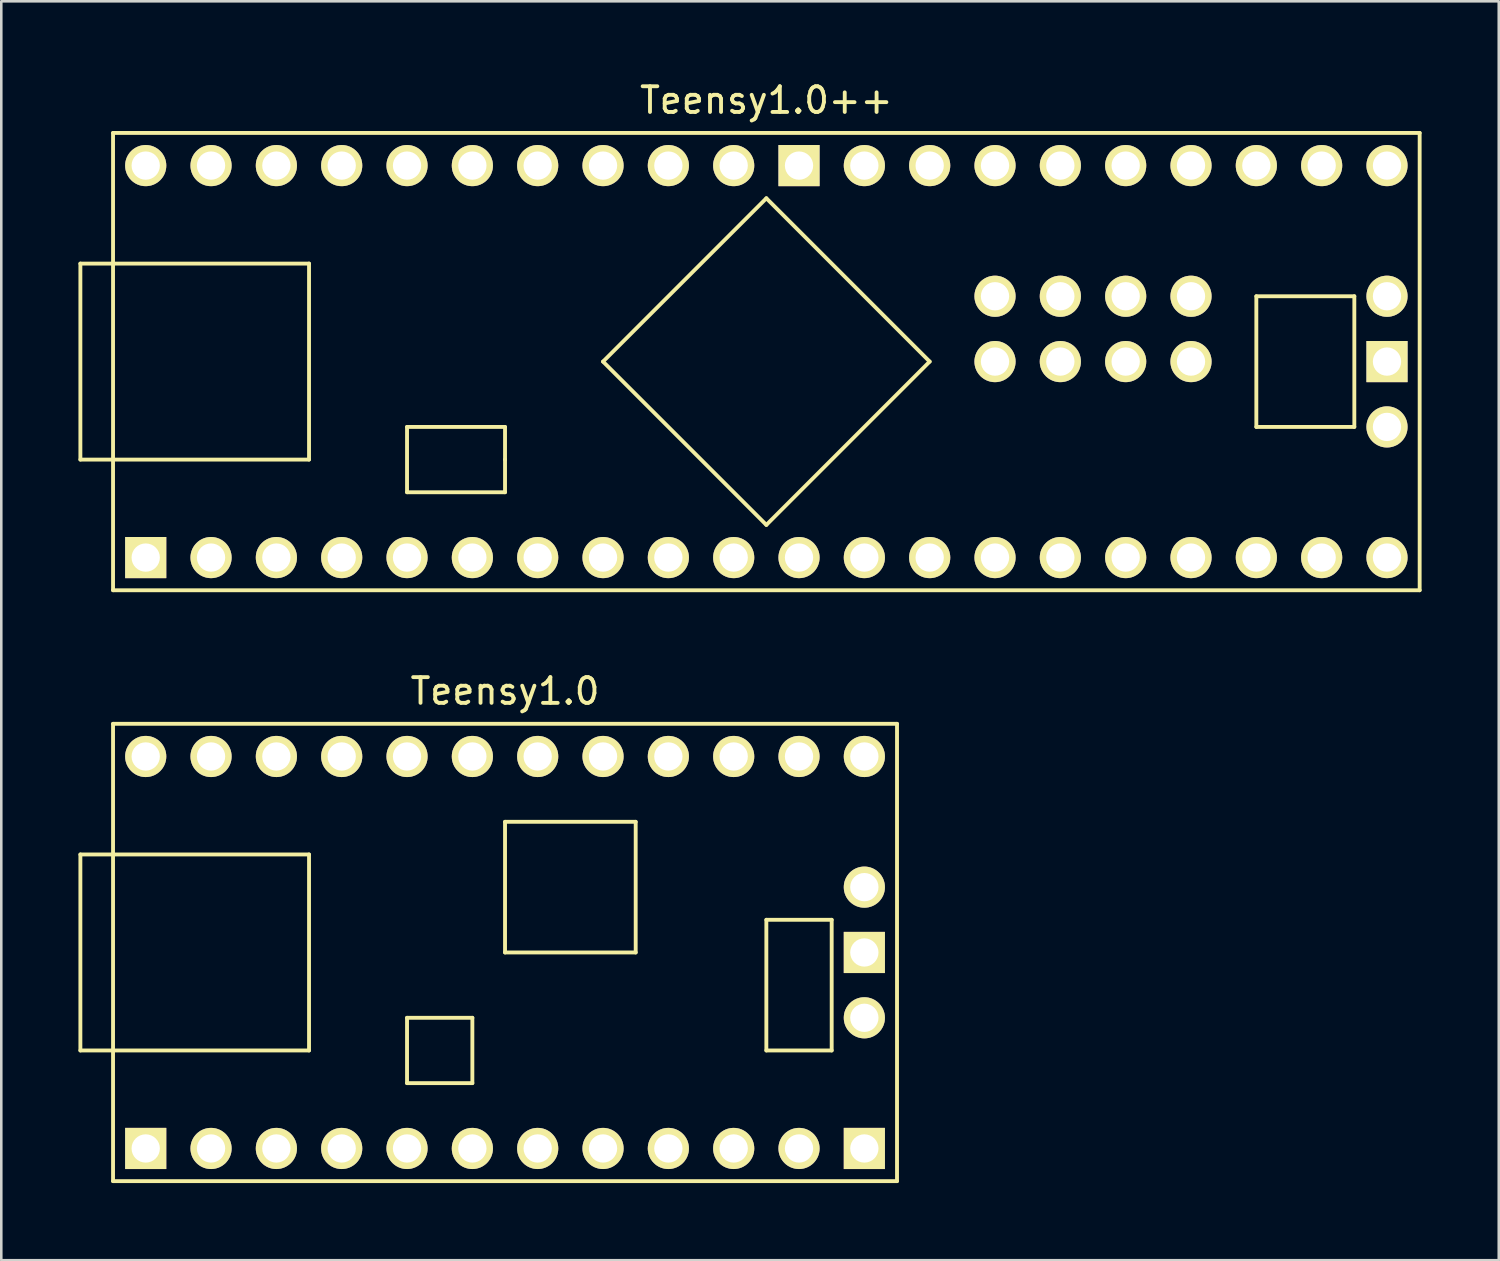
<source format=kicad_pcb>
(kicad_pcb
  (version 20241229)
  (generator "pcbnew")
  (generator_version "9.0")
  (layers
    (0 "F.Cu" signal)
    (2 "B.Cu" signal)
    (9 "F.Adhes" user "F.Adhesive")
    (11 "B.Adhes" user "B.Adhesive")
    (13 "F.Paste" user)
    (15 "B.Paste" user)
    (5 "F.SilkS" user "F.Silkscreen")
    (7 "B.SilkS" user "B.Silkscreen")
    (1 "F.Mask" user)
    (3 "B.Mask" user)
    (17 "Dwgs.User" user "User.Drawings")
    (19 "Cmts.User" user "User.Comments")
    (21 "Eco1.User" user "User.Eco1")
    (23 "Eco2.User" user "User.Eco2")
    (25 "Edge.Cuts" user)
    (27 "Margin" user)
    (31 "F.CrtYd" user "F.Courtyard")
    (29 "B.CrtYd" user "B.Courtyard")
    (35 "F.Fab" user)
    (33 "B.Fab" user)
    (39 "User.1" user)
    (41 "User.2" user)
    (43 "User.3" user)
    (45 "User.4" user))
  (footprint "Teensy1.0++"
    (layer "F.Cu")
    (at 26.745 11.008)
    (property "Reference" "Teensy1.0++" (at 0 -10.16 0) (layer "F.SilkS") (effects (font (size 1 1) (thickness 0.15))))
    (attr through_hole)
    (fp_line (start -26.67 -3.81) (end -26.67 3.81) (stroke (width 0.15) (type solid)) (layer "F.SilkS"))
    (fp_line (start -25.4 -8.89) (end 25.4 -8.89) (stroke (width 0.15) (type solid)) (layer "F.SilkS"))
    (fp_line (start -25.4 8.89) (end -25.4 -8.89) (stroke (width 0.15) (type solid)) (layer "F.SilkS"))
    (fp_line (start -17.78 -3.81) (end -26.67 -3.81) (stroke (width 0.15) (type solid)) (layer "F.SilkS"))
    (fp_line (start -17.78 3.81) (end -26.67 3.81) (stroke (width 0.15) (type solid)) (layer "F.SilkS"))
    (fp_line (start -17.78 3.81) (end -17.78 -3.81) (stroke (width 0.15) (type solid)) (layer "F.SilkS"))
    (fp_line (start -13.97 2.54) (end -13.97 5.08) (stroke (width 0.15) (type solid)) (layer "F.SilkS"))
    (fp_line (start -13.97 5.08) (end -10.16 5.08) (stroke (width 0.15) (type solid)) (layer "F.SilkS"))
    (fp_line (start -10.16 2.54) (end -13.97 2.54) (stroke (width 0.15) (type solid)) (layer "F.SilkS"))
    (fp_line (start -10.16 3.81) (end -10.16 2.54) (stroke (width 0.15) (type solid)) (layer "F.SilkS"))
    (fp_line (start -10.16 5.08) (end -10.16 3.81) (stroke (width 0.15) (type solid)) (layer "F.SilkS"))
    (fp_line (start -6.35 0) (end 0 -6.35) (stroke (width 0.15) (type solid)) (layer "F.SilkS"))
    (fp_line (start 0 -6.35) (end 6.35 0) (stroke (width 0.15) (type solid)) (layer "F.SilkS"))
    (fp_line (start 0 6.35) (end -6.35 0) (stroke (width 0.15) (type solid)) (layer "F.SilkS"))
    (fp_line (start 6.35 0) (end 0 6.35) (stroke (width 0.15) (type solid)) (layer "F.SilkS"))
    (fp_line (start 19.05 -2.54) (end 22.86 -2.54) (stroke (width 0.15) (type solid)) (layer "F.SilkS"))
    (fp_line (start 19.05 2.54) (end 19.05 -2.54) (stroke (width 0.15) (type solid)) (layer "F.SilkS"))
    (fp_line (start 22.86 -2.54) (end 22.86 2.54) (stroke (width 0.15) (type solid)) (layer "F.SilkS"))
    (fp_line (start 22.86 2.54) (end 19.05 2.54) (stroke (width 0.15) (type solid)) (layer "F.SilkS"))
    (fp_line (start 25.4 -8.89) (end 25.4 8.89) (stroke (width 0.15) (type solid)) (layer "F.SilkS"))
    (fp_line (start 25.4 8.89) (end -25.4 8.89) (stroke (width 0.15) (type solid)) (layer "F.SilkS"))
    (pad "1" thru_hole rect (at -24.13 7.62) (size 1.6 1.6) (drill 1.1) (layers "*.Cu" "*.Mask" "F.SilkS"))
    (pad "2" thru_hole circle (at -21.59 7.62) (size 1.6 1.6) (drill 1.1) (layers "*.Cu" "*.Mask" "F.SilkS"))
    (pad "3" thru_hole circle (at -19.05 7.62) (size 1.6 1.6) (drill 1.1) (layers "*.Cu" "*.Mask" "F.SilkS"))
    (pad "4" thru_hole circle (at -16.51 7.62) (size 1.6 1.6) (drill 1.1) (layers "*.Cu" "*.Mask" "F.SilkS"))
    (pad "5" thru_hole circle (at -13.97 7.62) (size 1.6 1.6) (drill 1.1) (layers "*.Cu" "*.Mask" "F.SilkS"))
    (pad "6" thru_hole circle (at -11.43 7.62) (size 1.6 1.6) (drill 1.1) (layers "*.Cu" "*.Mask" "F.SilkS"))
    (pad "7" thru_hole circle (at -8.89 7.62) (size 1.6 1.6) (drill 1.1) (layers "*.Cu" "*.Mask" "F.SilkS"))
    (pad "8" thru_hole circle (at -6.35 7.62) (size 1.6 1.6) (drill 1.1) (layers "*.Cu" "*.Mask" "F.SilkS"))
    (pad "9" thru_hole circle (at -3.81 7.62) (size 1.6 1.6) (drill 1.1) (layers "*.Cu" "*.Mask" "F.SilkS"))
    (pad "10" thru_hole circle (at -1.27 7.62) (size 1.6 1.6) (drill 1.1) (layers "*.Cu" "*.Mask" "F.SilkS"))
    (pad "11" thru_hole circle (at 1.27 7.62) (size 1.6 1.6) (drill 1.1) (layers "*.Cu" "*.Mask" "F.SilkS"))
    (pad "12" thru_hole circle (at 3.81 7.62) (size 1.6 1.6) (drill 1.1) (layers "*.Cu" "*.Mask" "F.SilkS"))
    (pad "14" thru_hole circle (at 8.89 7.62) (size 1.6 1.6) (drill 1.1) (layers "*.Cu" "*.Mask" "F.SilkS"))
    (pad "15" thru_hole circle (at 11.43 7.62) (size 1.6 1.6) (drill 1.1) (layers "*.Cu" "*.Mask" "F.SilkS"))
    (pad "16" thru_hole circle (at 13.97 7.62) (size 1.6 1.6) (drill 1.1) (layers "*.Cu" "*.Mask" "F.SilkS"))
    (pad "17" thru_hole circle (at 16.51 7.62) (size 1.6 1.6) (drill 1.1) (layers "*.Cu" "*.Mask" "F.SilkS"))
    (pad "18" thru_hole circle (at 19.05 7.62) (size 1.6 1.6) (drill 1.1) (layers "*.Cu" "*.Mask" "F.SilkS"))
    (pad "19" thru_hole circle (at 6.35 7.62) (size 1.6 1.6) (drill 1.1) (layers "*.Cu" "*.Mask" "F.SilkS"))
    (pad "19" thru_hole circle (at 21.59 7.62) (size 1.6 1.6) (drill 1.1) (layers "*.Cu" "*.Mask" "F.SilkS"))
    (pad "20" thru_hole circle (at 24.13 7.62) (size 1.6 1.6) (drill 1.1) (layers "*.Cu" "*.Mask" "F.SilkS"))
    (pad "21" thru_hole circle (at 24.13 2.54) (size 1.6 1.6) (drill 1.1) (layers "*.Cu" "*.Mask" "F.SilkS"))
    (pad "22" thru_hole rect (at 24.13 0) (size 1.6 1.6) (drill 1.1) (layers "*.Cu" "*.Mask" "F.SilkS"))
    (pad "23" thru_hole circle (at 24.13 -2.54) (size 1.6 1.6) (drill 1.1) (layers "*.Cu" "*.Mask" "F.SilkS"))
    (pad "24" thru_hole circle (at 24.13 -7.62) (size 1.6 1.6) (drill 1.1) (layers "*.Cu" "*.Mask" "F.SilkS"))
    (pad "25" thru_hole circle (at 21.59 -7.62) (size 1.6 1.6) (drill 1.1) (layers "*.Cu" "*.Mask" "F.SilkS"))
    (pad "26" thru_hole circle (at 19.05 -7.62) (size 1.6 1.6) (drill 1.1) (layers "*.Cu" "*.Mask" "F.SilkS"))
    (pad "27" thru_hole circle (at 16.51 -7.62) (size 1.6 1.6) (drill 1.1) (layers "*.Cu" "*.Mask" "F.SilkS"))
    (pad "28" thru_hole circle (at 13.97 -7.62) (size 1.6 1.6) (drill 1.1) (layers "*.Cu" "*.Mask" "F.SilkS"))
    (pad "29" thru_hole circle (at 11.43 -7.62) (size 1.6 1.6) (drill 1.1) (layers "*.Cu" "*.Mask" "F.SilkS"))
    (pad "30" thru_hole circle (at 8.89 -7.62) (size 1.6 1.6) (drill 1.1) (layers "*.Cu" "*.Mask" "F.SilkS"))
    (pad "31" thru_hole circle (at 6.35 -7.62) (size 1.6 1.6) (drill 1.1) (layers "*.Cu" "*.Mask" "F.SilkS"))
    (pad "32" thru_hole circle (at 3.81 -7.62) (size 1.6 1.6) (drill 1.1) (layers "*.Cu" "*.Mask" "F.SilkS"))
    (pad "33" thru_hole rect (at 1.27 -7.62) (size 1.6 1.6) (drill 1.1) (layers "*.Cu" "*.Mask" "F.SilkS"))
    (pad "34" thru_hole circle (at -1.27 -7.62) (size 1.6 1.6) (drill 1.1) (layers "*.Cu" "*.Mask" "F.SilkS"))
    (pad "35" thru_hole circle (at -3.81 -7.62) (size 1.6 1.6) (drill 1.1) (layers "*.Cu" "*.Mask" "F.SilkS"))
    (pad "36" thru_hole circle (at -6.35 -7.62) (size 1.6 1.6) (drill 1.1) (layers "*.Cu" "*.Mask" "F.SilkS"))
    (pad "37" thru_hole circle (at -8.89 -7.62) (size 1.6 1.6) (drill 1.1) (layers "*.Cu" "*.Mask" "F.SilkS"))
    (pad "38" thru_hole circle (at -11.43 -7.62) (size 1.6 1.6) (drill 1.1) (layers "*.Cu" "*.Mask" "F.SilkS"))
    (pad "39" thru_hole circle (at -13.97 -7.62) (size 1.6 1.6) (drill 1.1) (layers "*.Cu" "*.Mask" "F.SilkS"))
    (pad "40" thru_hole circle (at -16.51 -7.62) (size 1.6 1.6) (drill 1.1) (layers "*.Cu" "*.Mask" "F.SilkS"))
    (pad "41" thru_hole circle (at -19.05 -7.62) (size 1.6 1.6) (drill 1.1) (layers "*.Cu" "*.Mask" "F.SilkS"))
    (pad "42" thru_hole circle (at -21.59 -7.62) (size 1.6 1.6) (drill 1.1) (layers "*.Cu" "*.Mask" "F.SilkS"))
    (pad "43" thru_hole circle (at -24.13 -7.62) (size 1.6 1.6) (drill 1.1) (layers "*.Cu" "*.Mask" "F.SilkS"))
    (pad "44" thru_hole circle (at 8.89 -2.54) (size 1.6 1.6) (drill 1.1) (layers "*.Cu" "*.Mask" "F.SilkS"))
    (pad "45" thru_hole circle (at 11.43 -2.54) (size 1.6 1.6) (drill 1.1) (layers "*.Cu" "*.Mask" "F.SilkS"))
    (pad "46" thru_hole circle (at 13.97 -2.54) (size 1.6 1.6) (drill 1.1) (layers "*.Cu" "*.Mask" "F.SilkS"))
    (pad "47" thru_hole circle (at 16.51 -2.54) (size 1.6 1.6) (drill 1.1) (layers "*.Cu" "*.Mask" "F.SilkS"))
    (pad "48" thru_hole circle (at 8.89 0) (size 1.6 1.6) (drill 1.1) (layers "*.Cu" "*.Mask" "F.SilkS"))
    (pad "49" thru_hole circle (at 11.43 0) (size 1.6 1.6) (drill 1.1) (layers "*.Cu" "*.Mask" "F.SilkS"))
    (pad "50" thru_hole circle (at 13.97 0) (size 1.6 1.6) (drill 1.1) (layers "*.Cu" "*.Mask" "F.SilkS"))
    (pad "51" thru_hole circle (at 16.51 0) (size 1.6 1.6) (drill 1.1) (layers "*.Cu" "*.Mask" "F.SilkS")))
  (footprint "Teensy1.0"
    (layer "F.Cu")
    (at 16.585 33.981)
    (property "Reference" "Teensy1.0" (at 0 -10.16 0) (layer "F.SilkS") (effects (font (size 1 1) (thickness 0.15))))
    (attr through_hole)
    (fp_line (start -16.51 -3.81) (end -7.62 -3.81) (stroke (width 0.15) (type solid)) (layer "F.SilkS"))
    (fp_line (start -16.51 3.81) (end -16.51 -3.81) (stroke (width 0.15) (type solid)) (layer "F.SilkS"))
    (fp_line (start -15.24 -8.89) (end 15.24 -8.89) (stroke (width 0.15) (type solid)) (layer "F.SilkS"))
    (fp_line (start -15.24 8.89) (end -15.24 -8.89) (stroke (width 0.15) (type solid)) (layer "F.SilkS"))
    (fp_line (start -7.62 -3.81) (end -7.62 3.81) (stroke (width 0.15) (type solid)) (layer "F.SilkS"))
    (fp_line (start -7.62 3.81) (end -16.51 3.81) (stroke (width 0.15) (type solid)) (layer "F.SilkS"))
    (fp_line (start -3.81 2.54) (end -3.81 5.08) (stroke (width 0.15) (type solid)) (layer "F.SilkS"))
    (fp_line (start -3.81 5.08) (end -1.27 5.08) (stroke (width 0.15) (type solid)) (layer "F.SilkS"))
    (fp_line (start -1.27 2.54) (end -3.81 2.54) (stroke (width 0.15) (type solid)) (layer "F.SilkS"))
    (fp_line (start -1.27 5.08) (end -1.27 2.54) (stroke (width 0.15) (type solid)) (layer "F.SilkS"))
    (fp_line (start 0 -5.08) (end 0 0) (stroke (width 0.15) (type solid)) (layer "F.SilkS"))
    (fp_line (start 0 0) (end 5.08 0) (stroke (width 0.15) (type solid)) (layer "F.SilkS"))
    (fp_line (start 5.08 -5.08) (end 0 -5.08) (stroke (width 0.15) (type solid)) (layer "F.SilkS"))
    (fp_line (start 5.08 0) (end 5.08 -5.08) (stroke (width 0.15) (type solid)) (layer "F.SilkS"))
    (fp_line (start 10.16 -1.27) (end 10.16 3.81) (stroke (width 0.15) (type solid)) (layer "F.SilkS"))
    (fp_line (start 10.16 3.81) (end 12.7 3.81) (stroke (width 0.15) (type solid)) (layer "F.SilkS"))
    (fp_line (start 12.7 -1.27) (end 10.16 -1.27) (stroke (width 0.15) (type solid)) (layer "F.SilkS"))
    (fp_line (start 12.7 3.81) (end 12.7 -1.27) (stroke (width 0.15) (type solid)) (layer "F.SilkS"))
    (fp_line (start 15.24 -8.89) (end 15.24 8.89) (stroke (width 0.15) (type solid)) (layer "F.SilkS"))
    (fp_line (start 15.24 8.89) (end -15.24 8.89) (stroke (width 0.15) (type solid)) (layer "F.SilkS"))
    (pad "1" thru_hole rect (at -13.97 7.62) (size 1.6 1.6) (drill 1.1) (layers "*.Cu" "*.Mask" "F.SilkS"))
    (pad "2" thru_hole circle (at -11.43 7.62) (size 1.6 1.6) (drill 1.1) (layers "*.Cu" "*.Mask" "F.SilkS"))
    (pad "3" thru_hole circle (at -8.89 7.62) (size 1.6 1.6) (drill 1.1) (layers "*.Cu" "*.Mask" "F.SilkS"))
    (pad "4" thru_hole circle (at -6.35 7.62) (size 1.6 1.6) (drill 1.1) (layers "*.Cu" "*.Mask" "F.SilkS"))
    (pad "5" thru_hole circle (at -3.81 7.62) (size 1.6 1.6) (drill 1.1) (layers "*.Cu" "*.Mask" "F.SilkS"))
    (pad "6" thru_hole circle (at -1.27 7.62) (size 1.6 1.6) (drill 1.1) (layers "*.Cu" "*.Mask" "F.SilkS"))
    (pad "7" thru_hole circle (at 1.27 7.62) (size 1.6 1.6) (drill 1.1) (layers "*.Cu" "*.Mask" "F.SilkS"))
    (pad "8" thru_hole circle (at 3.81 7.62) (size 1.6 1.6) (drill 1.1) (layers "*.Cu" "*.Mask" "F.SilkS"))
    (pad "9" thru_hole circle (at 6.35 7.62) (size 1.6 1.6) (drill 1.1) (layers "*.Cu" "*.Mask" "F.SilkS"))
    (pad "10" thru_hole circle (at 8.89 7.62) (size 1.6 1.6) (drill 1.1) (layers "*.Cu" "*.Mask" "F.SilkS"))
    (pad "11" thru_hole circle (at 11.43 7.62) (size 1.6 1.6) (drill 1.1) (layers "*.Cu" "*.Mask" "F.SilkS"))
    (pad "12" thru_hole rect (at 13.97 7.62) (size 1.6 1.6) (drill 1.1) (layers "*.Cu" "*.Mask" "F.SilkS"))
    (pad "13" thru_hole circle (at 13.97 2.54) (size 1.6 1.6) (drill 1.1) (layers "*.Cu" "*.Mask" "F.SilkS"))
    (pad "14" thru_hole rect (at 13.97 0) (size 1.6 1.6) (drill 1.1) (layers "*.Cu" "*.Mask" "F.SilkS"))
    (pad "15" thru_hole circle (at 13.97 -2.54) (size 1.6 1.6) (drill 1.1) (layers "*.Cu" "*.Mask" "F.SilkS"))
    (pad "16" thru_hole circle (at 13.97 -7.62) (size 1.6 1.6) (drill 1.1) (layers "*.Cu" "*.Mask" "F.SilkS"))
    (pad "17" thru_hole circle (at 11.43 -7.62) (size 1.6 1.6) (drill 1.1) (layers "*.Cu" "*.Mask" "F.SilkS"))
    (pad "18" thru_hole circle (at 8.89 -7.62) (size 1.6 1.6) (drill 1.1) (layers "*.Cu" "*.Mask" "F.SilkS"))
    (pad "19" thru_hole circle (at 6.35 -7.62) (size 1.6 1.6) (drill 1.1) (layers "*.Cu" "*.Mask" "F.SilkS"))
    (pad "20" thru_hole circle (at 3.81 -7.62) (size 1.6 1.6) (drill 1.1) (layers "*.Cu" "*.Mask" "F.SilkS"))
    (pad "21" thru_hole circle (at 1.27 -7.62) (size 1.6 1.6) (drill 1.1) (layers "*.Cu" "*.Mask" "F.SilkS"))
    (pad "22" thru_hole circle (at -1.27 -7.62) (size 1.6 1.6) (drill 1.1) (layers "*.Cu" "*.Mask" "F.SilkS"))
    (pad "23" thru_hole circle (at -3.81 -7.62) (size 1.6 1.6) (drill 1.1) (layers "*.Cu" "*.Mask" "F.SilkS"))
    (pad "24" thru_hole circle (at -6.35 -7.62) (size 1.6 1.6) (drill 1.1) (layers "*.Cu" "*.Mask" "F.SilkS"))
    (pad "25" thru_hole circle (at -8.89 -7.62) (size 1.6 1.6) (drill 1.1) (layers "*.Cu" "*.Mask" "F.SilkS"))
    (pad "26" thru_hole circle (at -11.43 -7.62) (size 1.6 1.6) (drill 1.1) (layers "*.Cu" "*.Mask" "F.SilkS"))
    (pad "27" thru_hole circle (at -13.97 -7.62) (size 1.6 1.6) (drill 1.1) (layers "*.Cu" "*.Mask" "F.SilkS")))
  (gr_rect
    (start -3 -3)
    (end 55.22 45.947)
    (stroke (width 0.1) (type default))
    (fill no)
    (layer "Edge.Cuts")))
</source>
